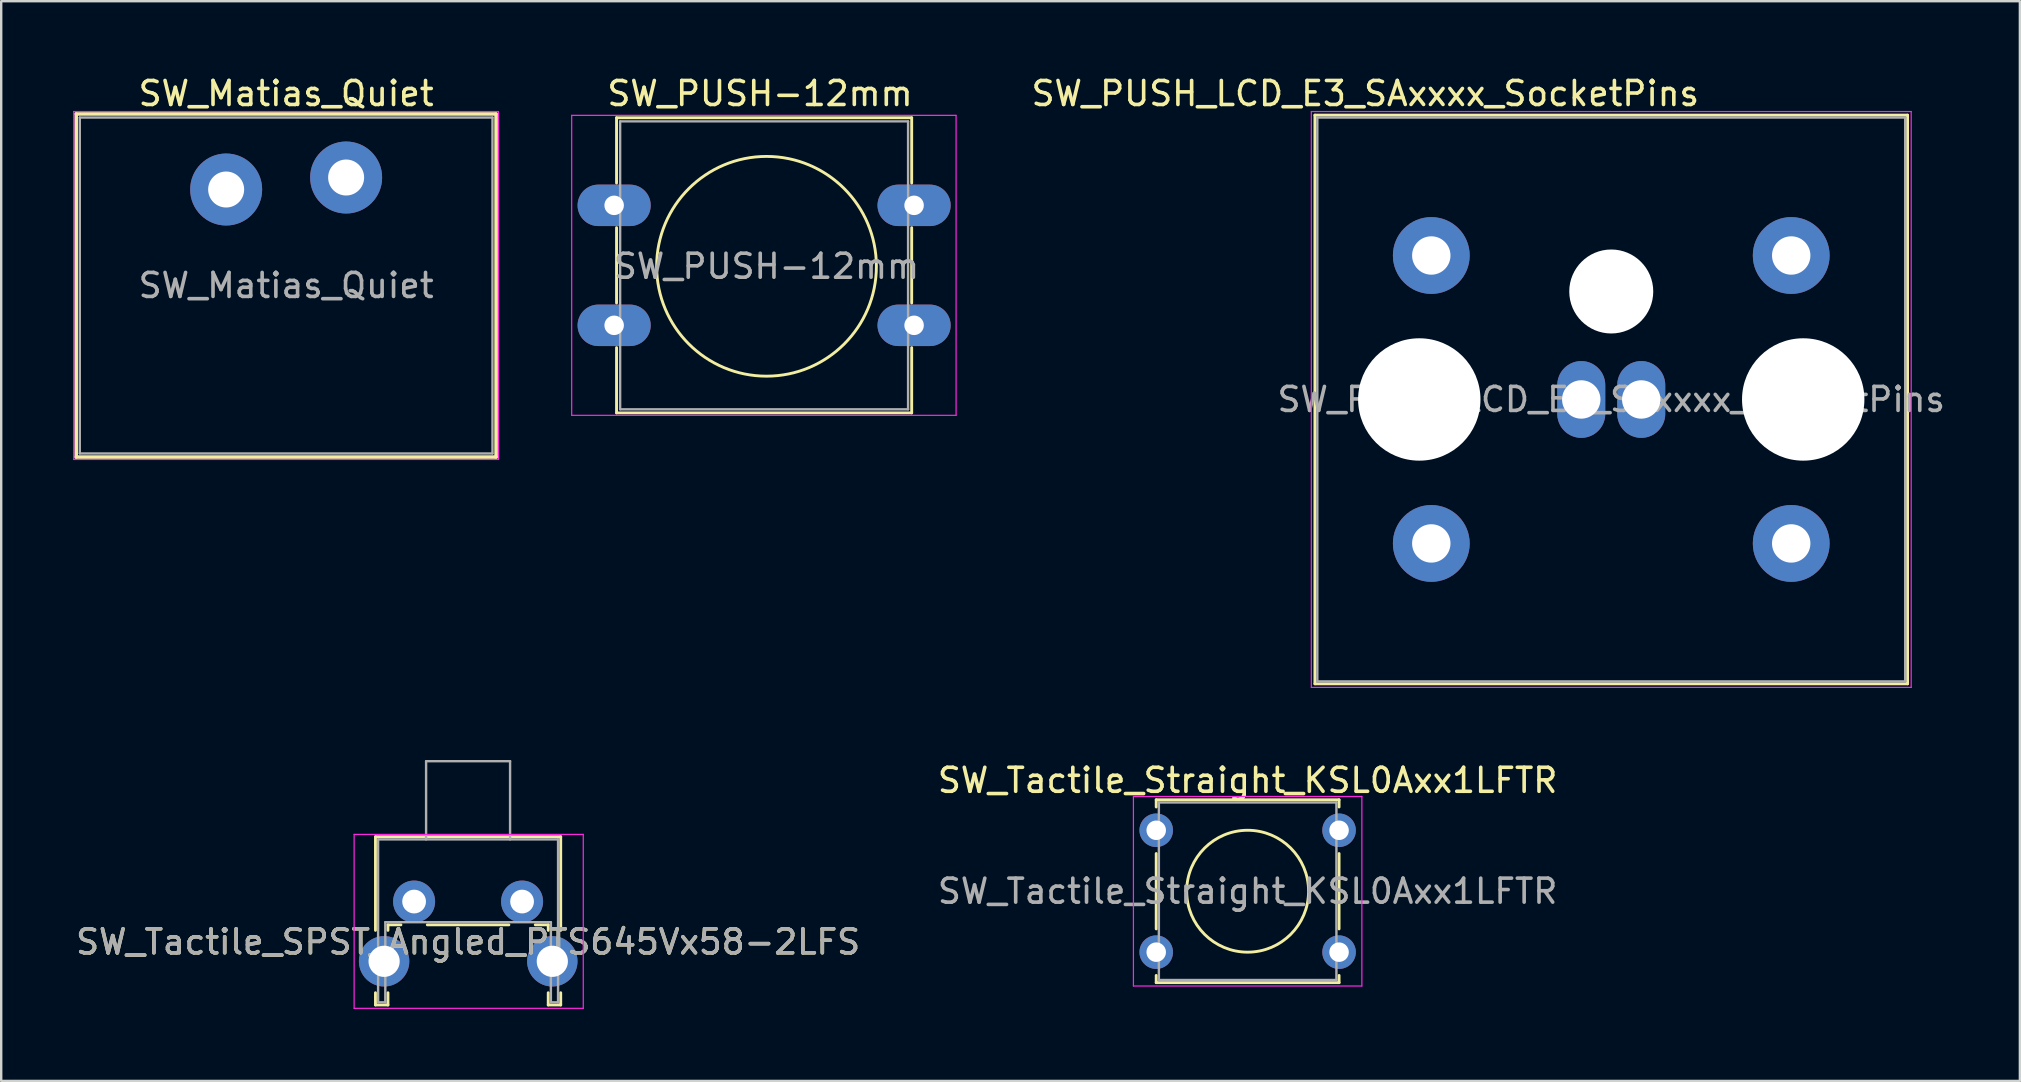
<source format=kicad_pcb>
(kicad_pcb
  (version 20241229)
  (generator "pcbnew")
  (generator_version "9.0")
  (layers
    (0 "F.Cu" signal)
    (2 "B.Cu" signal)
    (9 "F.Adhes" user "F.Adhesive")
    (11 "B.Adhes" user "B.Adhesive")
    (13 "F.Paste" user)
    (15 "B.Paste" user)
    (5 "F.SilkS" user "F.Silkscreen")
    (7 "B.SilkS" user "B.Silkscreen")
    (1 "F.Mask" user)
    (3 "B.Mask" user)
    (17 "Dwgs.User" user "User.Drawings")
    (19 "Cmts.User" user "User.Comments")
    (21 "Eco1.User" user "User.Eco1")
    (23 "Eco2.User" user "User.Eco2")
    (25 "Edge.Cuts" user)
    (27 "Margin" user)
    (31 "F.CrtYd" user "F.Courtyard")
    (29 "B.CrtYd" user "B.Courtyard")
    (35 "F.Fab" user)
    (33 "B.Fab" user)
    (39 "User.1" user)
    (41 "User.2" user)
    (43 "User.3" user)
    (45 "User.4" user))
  (footprint "SW_Tactile_SPST_Angled_PTS645Vx58-2LFS"
    (layer "F.Cu")
    (at 14.208 34.523)
    (property "Reference" "SW_Tactile_SPST_Angled_PTS645Vx58-2LFS" (at 2.25 1.68 0) (layer "F.SilkS") (effects (font (size 1 1) (thickness 0.15))))
    (attr through_hole)
    (fp_line (start -1.61 -2.7) (end -1.61 1.2) (stroke (width 0.12) (type solid)) (layer "F.SilkS"))
    (fp_line (start -1.61 -2.7) (end 6.11 -2.7) (stroke (width 0.12) (type solid)) (layer "F.SilkS"))
    (fp_line (start -1.61 3.8) (end -1.61 4.31) (stroke (width 0.12) (type solid)) (layer "F.SilkS"))
    (fp_line (start -1.61 4.31) (end -1.09 4.31) (stroke (width 0.12) (type solid)) (layer "F.SilkS"))
    (fp_line (start -1.09 0.97) (end -1.09 1.2) (stroke (width 0.12) (type solid)) (layer "F.SilkS"))
    (fp_line (start -1.09 0.97) (end -0.55 0.97) (stroke (width 0.12) (type solid)) (layer "F.SilkS"))
    (fp_line (start -1.09 3.8) (end -1.09 4.31) (stroke (width 0.12) (type solid)) (layer "F.SilkS"))
    (fp_line (start 0.55 0.97) (end 3.95 0.97) (stroke (width 0.12) (type solid)) (layer "F.SilkS"))
    (fp_line (start 5.05 0.97) (end 5.59 0.97) (stroke (width 0.12) (type solid)) (layer "F.SilkS"))
    (fp_line (start 5.59 0.97) (end 5.59 1.2) (stroke (width 0.12) (type solid)) (layer "F.SilkS"))
    (fp_line (start 5.59 3.8) (end 5.59 4.31) (stroke (width 0.12) (type solid)) (layer "F.SilkS"))
    (fp_line (start 5.59 4.31) (end 6.11 4.31) (stroke (width 0.12) (type solid)) (layer "F.SilkS"))
    (fp_line (start 6.11 -2.7) (end 6.11 1.2) (stroke (width 0.12) (type solid)) (layer "F.SilkS"))
    (fp_line (start 6.11 3.8) (end 6.11 4.31) (stroke (width 0.12) (type solid)) (layer "F.SilkS"))
    (fp_line (start -2.5 -2.8) (end 7.05 -2.8) (stroke (width 0.05) (type solid)) (layer "F.CrtYd"))
    (fp_line (start -2.5 4.45) (end -2.5 -2.8) (stroke (width 0.05) (type solid)) (layer "F.CrtYd"))
    (fp_line (start 7.05 -2.8) (end 7.05 4.45) (stroke (width 0.05) (type solid)) (layer "F.CrtYd"))
    (fp_line (start 7.05 4.45) (end -2.5 4.45) (stroke (width 0.05) (type solid)) (layer "F.CrtYd"))
    (fp_line (start -1.5 -2.59) (end 6 -2.59) (stroke (width 0.1) (type solid)) (layer "F.Fab"))
    (fp_line (start -1.5 4.2) (end -1.5 -2.59) (stroke (width 0.1) (type solid)) (layer "F.Fab"))
    (fp_line (start -1.5 4.2) (end -1.2 4.2) (stroke (width 0.1) (type solid)) (layer "F.Fab"))
    (fp_line (start -1.2 0.86) (end 5.7 0.86) (stroke (width 0.1) (type solid)) (layer "F.Fab"))
    (fp_line (start -1.2 4.2) (end -1.2 0.86) (stroke (width 0.1) (type solid)) (layer "F.Fab"))
    (fp_line (start 0.5 -5.85) (end 0.5 -2.59) (stroke (width 0.1) (type solid)) (layer "F.Fab"))
    (fp_line (start 0.5 -5.85) (end 4 -5.85) (stroke (width 0.1) (type solid)) (layer "F.Fab"))
    (fp_line (start 4 -5.85) (end 4 -2.59) (stroke (width 0.1) (type solid)) (layer "F.Fab"))
    (fp_line (start 5.7 4.2) (end 5.7 0.86) (stroke (width 0.1) (type solid)) (layer "F.Fab"))
    (fp_line (start 5.7 4.2) (end 6 4.2) (stroke (width 0.1) (type solid)) (layer "F.Fab"))
    (fp_line (start 6 4.2) (end 6 -2.59) (stroke (width 0.1) (type solid)) (layer "F.Fab"))
    (fp_text user "${REFERENCE}" (at 2.25 1.68 0) (layer "F.Fab") (effects (font (size 1 1) (thickness 0.15))))
    (pad "" thru_hole circle (at -1.25 2.49) (size 2.1 2.1) (drill 1.3) (layers "*.Cu" "*.Mask"))
    (pad "" thru_hole circle (at 5.76 2.49) (size 2.1 2.1) (drill 1.3) (layers "*.Cu" "*.Mask"))
    (pad "1" thru_hole circle (at 0 0) (size 1.75 1.75) (drill 0.99) (layers "*.Cu" "*.Mask"))
    (pad "2" thru_hole circle (at 4.5 0) (size 1.75 1.75) (drill 0.99) (layers "*.Cu" "*.Mask")))
  (footprint "SW_PUSH_LCD_E3_SAxxxx_SocketPins"
    (layer "F.Cu")
    (at 71.6 7.598)
    (property "Reference" "SW_PUSH_LCD_E3_SAxxxx_SocketPins" (at -17.75 -6.75 0) (layer "F.SilkS") (effects (font (size 1 1) (thickness 0.15))))
    (attr through_hole)
    (fp_line (start -19.85 -5.85) (end -19.85 17.85) (stroke (width 0.12) (type solid)) (layer "F.SilkS"))
    (fp_line (start -19.85 17.85) (end 4.85 17.85) (stroke (width 0.12) (type solid)) (layer "F.SilkS"))
    (fp_line (start 4.85 -5.85) (end -19.85 -5.85) (stroke (width 0.12) (type solid)) (layer "F.SilkS"))
    (fp_line (start 4.85 17.85) (end 4.85 -5.85) (stroke (width 0.12) (type solid)) (layer "F.SilkS"))
    (fp_line (start -20 -6) (end -20 18) (stroke (width 0.05) (type solid)) (layer "F.CrtYd"))
    (fp_line (start -20 18) (end 5 18) (stroke (width 0.05) (type solid)) (layer "F.CrtYd"))
    (fp_line (start 5 -6) (end -20 -6) (stroke (width 0.05) (type solid)) (layer "F.CrtYd"))
    (fp_line (start 5 18) (end 5 -6) (stroke (width 0.05) (type solid)) (layer "F.CrtYd"))
    (fp_line (start -19.75 -5.75) (end -19.75 17.75) (stroke (width 0.1) (type solid)) (layer "F.Fab"))
    (fp_line (start -19.75 17.75) (end 4.75 17.75) (stroke (width 0.1) (type solid)) (layer "F.Fab"))
    (fp_line (start 4.75 -5.75) (end -19.75 -5.75) (stroke (width 0.1) (type solid)) (layer "F.Fab"))
    (fp_line (start 4.75 -5.75) (end 4.75 17.75) (stroke (width 0.1) (type solid)) (layer "F.Fab"))
    (fp_text user "${REFERENCE}" (at -7.5 6 0) (layer "F.Fab") (effects (font (size 1 1) (thickness 0.15))))
    (pad "" np_thru_hole circle (at -15.5 6) (size 5.1 5.1) (drill 5.1) (layers "*.Cu" "*.Mask"))
    (pad "" np_thru_hole circle (at -7.5 1.5) (size 3.5 3.5) (drill 3.5) (layers "*.Cu" "*.Mask"))
    (pad "" np_thru_hole circle (at 0.5 6) (size 5.1 5.1) (drill 5.1) (layers "*.Cu" "*.Mask"))
    (pad "1" thru_hole circle (at 0 0) (size 3.2 3.2) (drill 1.6) (layers "*.Cu" "*.Mask"))
    (pad "2" thru_hole circle (at 0 12) (size 3.2 3.2) (drill 1.6) (layers "*.Cu" "*.Mask"))
    (pad "3" thru_hole circle (at -15 0) (size 3.2 3.2) (drill 1.6) (layers "*.Cu" "*.Mask"))
    (pad "4" thru_hole circle (at -15 12) (size 3.2 3.2) (drill 1.6) (layers "*.Cu" "*.Mask"))
    (pad "5" thru_hole oval (at -8.75 6) (size 2 3.2) (drill 1.6) (layers "*.Cu" "*.Mask"))
    (pad "6" thru_hole oval (at -6.25 6) (size 2 3.2) (drill 1.6) (layers "*.Cu" "*.Mask")))
  (footprint "SW_Matias_Quiet"
    (layer "F.Cu")
    (at 6.375 4.848)
    (property "Reference" "SW_Matias_Quiet" (at 2.5 -4 0) (layer "F.SilkS") (effects (font (size 1 1) (thickness 0.15))))
    (attr through_hole)
    (fp_line (start -6.25 -3.15) (end 11.24 -3.15) (stroke (width 0.15) (type solid)) (layer "F.SilkS"))
    (fp_line (start -6.25 11.15) (end -6.25 -3.15) (stroke (width 0.15) (type solid)) (layer "F.SilkS"))
    (fp_line (start 11.25 -3.15) (end 11.25 11.15) (stroke (width 0.15) (type solid)) (layer "F.SilkS"))
    (fp_line (start 11.25 11.15) (end -6.25 11.15) (stroke (width 0.15) (type solid)) (layer "F.SilkS"))
    (fp_line (start -6.35 -3.25) (end -6.35 11.25) (stroke (width 0.05) (type solid)) (layer "F.CrtYd"))
    (fp_line (start -6.35 -3.25) (end 11.35 -3.25) (stroke (width 0.05) (type solid)) (layer "F.CrtYd"))
    (fp_line (start -6.35 11.25) (end 11.35 11.25) (stroke (width 0.05) (type solid)) (layer "F.CrtYd"))
    (fp_line (start 11.35 11.25) (end 11.35 -3.25) (stroke (width 0.05) (type solid)) (layer "F.CrtYd"))
    (fp_line (start -6.1 -3) (end 11.1 -3) (stroke (width 0.1) (type solid)) (layer "F.Fab"))
    (fp_line (start -6.1 11) (end -6.1 -3) (stroke (width 0.1) (type solid)) (layer "F.Fab"))
    (fp_line (start 11.1 -3) (end 11.1 11) (stroke (width 0.1) (type solid)) (layer "F.Fab"))
    (fp_line (start 11.1 11) (end -6.1 11) (stroke (width 0.1) (type solid)) (layer "F.Fab"))
    (fp_text user "${REFERENCE}" (at 2.5 4 0) (layer "F.Fab") (effects (font (size 1 1) (thickness 0.15))))
    (pad "1" thru_hole circle (at 0 0) (size 3 3) (drill 1.5) (layers "*.Cu" "*.Mask"))
    (pad "2" thru_hole circle (at 5 -0.5) (size 3 3) (drill 1.5) (layers "*.Cu" "*.Mask")))
  (footprint "SW_PUSH-12mm"
    (layer "F.Cu")
    (at 22.545 5.508)
    (property "Reference" "SW_PUSH-12mm" (at 6.08 -4.66 0) (layer "F.SilkS") (effects (font (size 1 1) (thickness 0.15))))
    (attr through_hole)
    (fp_line (start 0.1 -3.65) (end 12.4 -3.65) (stroke (width 0.12) (type solid)) (layer "F.SilkS"))
    (fp_line (start 0.1 -0.93) (end 0.1 -3.65) (stroke (width 0.12) (type solid)) (layer "F.SilkS"))
    (fp_line (start 0.1 4.07) (end 0.1 0.93) (stroke (width 0.12) (type solid)) (layer "F.SilkS"))
    (fp_line (start 0.1 8.65) (end 0.1 5.93) (stroke (width 0.12) (type solid)) (layer "F.SilkS"))
    (fp_line (start 12.4 -3.65) (end 12.4 -0.93) (stroke (width 0.12) (type solid)) (layer "F.SilkS"))
    (fp_line (start 12.4 0.93) (end 12.4 4.07) (stroke (width 0.12) (type solid)) (layer "F.SilkS"))
    (fp_line (start 12.4 5.93) (end 12.4 8.65) (stroke (width 0.12) (type solid)) (layer "F.SilkS"))
    (fp_line (start 12.4 8.65) (end 0.1 8.65) (stroke (width 0.12) (type solid)) (layer "F.SilkS"))
    (fp_circle (center 6.35 2.54) (end 10.16 5.08) (stroke (width 0.12) (type solid)) (fill no) (layer "F.SilkS"))
    (fp_line (start -1.77 -3.75) (end -1.77 8.75) (stroke (width 0.05) (type solid)) (layer "F.CrtYd"))
    (fp_line (start -1.77 -3.75) (end 14.25 -3.75) (stroke (width 0.05) (type solid)) (layer "F.CrtYd"))
    (fp_line (start 14.25 8.75) (end -1.77 8.75) (stroke (width 0.05) (type solid)) (layer "F.CrtYd"))
    (fp_line (start 14.25 8.75) (end 14.25 -3.75) (stroke (width 0.05) (type solid)) (layer "F.CrtYd"))
    (fp_line (start 0.25 -3.5) (end 0.25 8.5) (stroke (width 0.1) (type solid)) (layer "F.Fab"))
    (fp_line (start 0.25 -3.5) (end 12.25 -3.5) (stroke (width 0.1) (type solid)) (layer "F.Fab"))
    (fp_line (start 0.25 8.5) (end 12.25 8.5) (stroke (width 0.1) (type solid)) (layer "F.Fab"))
    (fp_line (start 12.25 -3.5) (end 12.25 8.5) (stroke (width 0.1) (type solid)) (layer "F.Fab"))
    (fp_text user "${REFERENCE}" (at 6.35 2.54 0) (layer "F.Fab") (effects (font (size 1 1) (thickness 0.15))))
    (pad "1" thru_hole oval (at 0 0) (size 3.048 1.727) (drill 0.813) (layers "*.Cu" "*.Mask"))
    (pad "1" thru_hole oval (at 12.5 0) (size 3.048 1.727) (drill 0.813) (layers "*.Cu" "*.Mask"))
    (pad "2" thru_hole oval (at 0 5) (size 3.048 1.727) (drill 0.813) (layers "*.Cu" "*.Mask"))
    (pad "2" thru_hole oval (at 12.5 5) (size 3.048 1.727) (drill 0.813) (layers "*.Cu" "*.Mask")))
  (footprint "SW_Tactile_Straight_KSL0Axx1LFTR"
    (layer "F.Cu")
    (at 45.136 31.552)
    (property "Reference" "SW_Tactile_Straight_KSL0Axx1LFTR" (at 3.81 -2.08 0) (layer "F.SilkS") (effects (font (size 1 1) (thickness 0.15))))
    (attr through_hole)
    (fp_line (start 0 -1.27) (end 0 -0.97) (stroke (width 0.12) (type solid)) (layer "F.SilkS"))
    (fp_line (start 0 -1.27) (end 7.62 -1.27) (stroke (width 0.12) (type solid)) (layer "F.SilkS"))
    (fp_line (start 0 0.97) (end 0 4.11) (stroke (width 0.12) (type solid)) (layer "F.SilkS"))
    (fp_line (start 0 6.05) (end 0 6.35) (stroke (width 0.12) (type solid)) (layer "F.SilkS"))
    (fp_line (start 7.62 -1.27) (end 7.62 -0.97) (stroke (width 0.12) (type solid)) (layer "F.SilkS"))
    (fp_line (start 7.62 0.97) (end 7.62 4.11) (stroke (width 0.12) (type solid)) (layer "F.SilkS"))
    (fp_line (start 7.62 6.05) (end 7.62 6.35) (stroke (width 0.12) (type solid)) (layer "F.SilkS"))
    (fp_line (start 7.62 6.35) (end 0 6.35) (stroke (width 0.12) (type solid)) (layer "F.SilkS"))
    (fp_circle (center 3.81 2.54) (end 3.81 0) (stroke (width 0.12) (type solid)) (fill no) (layer "F.SilkS"))
    (fp_line (start -0.95 -1.41) (end -0.95 6.49) (stroke (width 0.05) (type solid)) (layer "F.CrtYd"))
    (fp_line (start -0.95 -1.41) (end 8.57 -1.41) (stroke (width 0.05) (type solid)) (layer "F.CrtYd"))
    (fp_line (start 8.57 6.49) (end -0.95 6.49) (stroke (width 0.05) (type solid)) (layer "F.CrtYd"))
    (fp_line (start 8.57 6.49) (end 8.57 -1.41) (stroke (width 0.05) (type solid)) (layer "F.CrtYd"))
    (fp_line (start 0.11 -1.16) (end 7.51 -1.16) (stroke (width 0.1) (type solid)) (layer "F.Fab"))
    (fp_line (start 0.11 6.24) (end 0.11 -1.16) (stroke (width 0.1) (type solid)) (layer "F.Fab"))
    (fp_line (start 7.51 -1.16) (end 7.51 6.24) (stroke (width 0.1) (type solid)) (layer "F.Fab"))
    (fp_line (start 7.51 6.24) (end 0.11 6.24) (stroke (width 0.1) (type solid)) (layer "F.Fab"))
    (fp_text user "${REFERENCE}" (at 3.81 2.54 0) (layer "F.Fab") (effects (font (size 1 1) (thickness 0.15))))
    (pad "1" thru_hole circle (at 0 0) (size 1.397 1.397) (drill 0.813) (layers "*.Cu" "*.Mask"))
    (pad "1" thru_hole circle (at 7.62 0) (size 1.397 1.397) (drill 0.813) (layers "*.Cu" "*.Mask"))
    (pad "2" thru_hole circle (at 0 5.08) (size 1.397 1.397) (drill 0.813) (layers "*.Cu" "*.Mask"))
    (pad "2" thru_hole circle (at 7.62 5.08) (size 1.397 1.397) (drill 0.813) (layers "*.Cu" "*.Mask")))
  (gr_rect
    (start -3 -3)
    (end 81.13 41.998)
    (stroke (width 0.1) (type default))
    (fill no)
    (layer "Edge.Cuts")))
</source>
